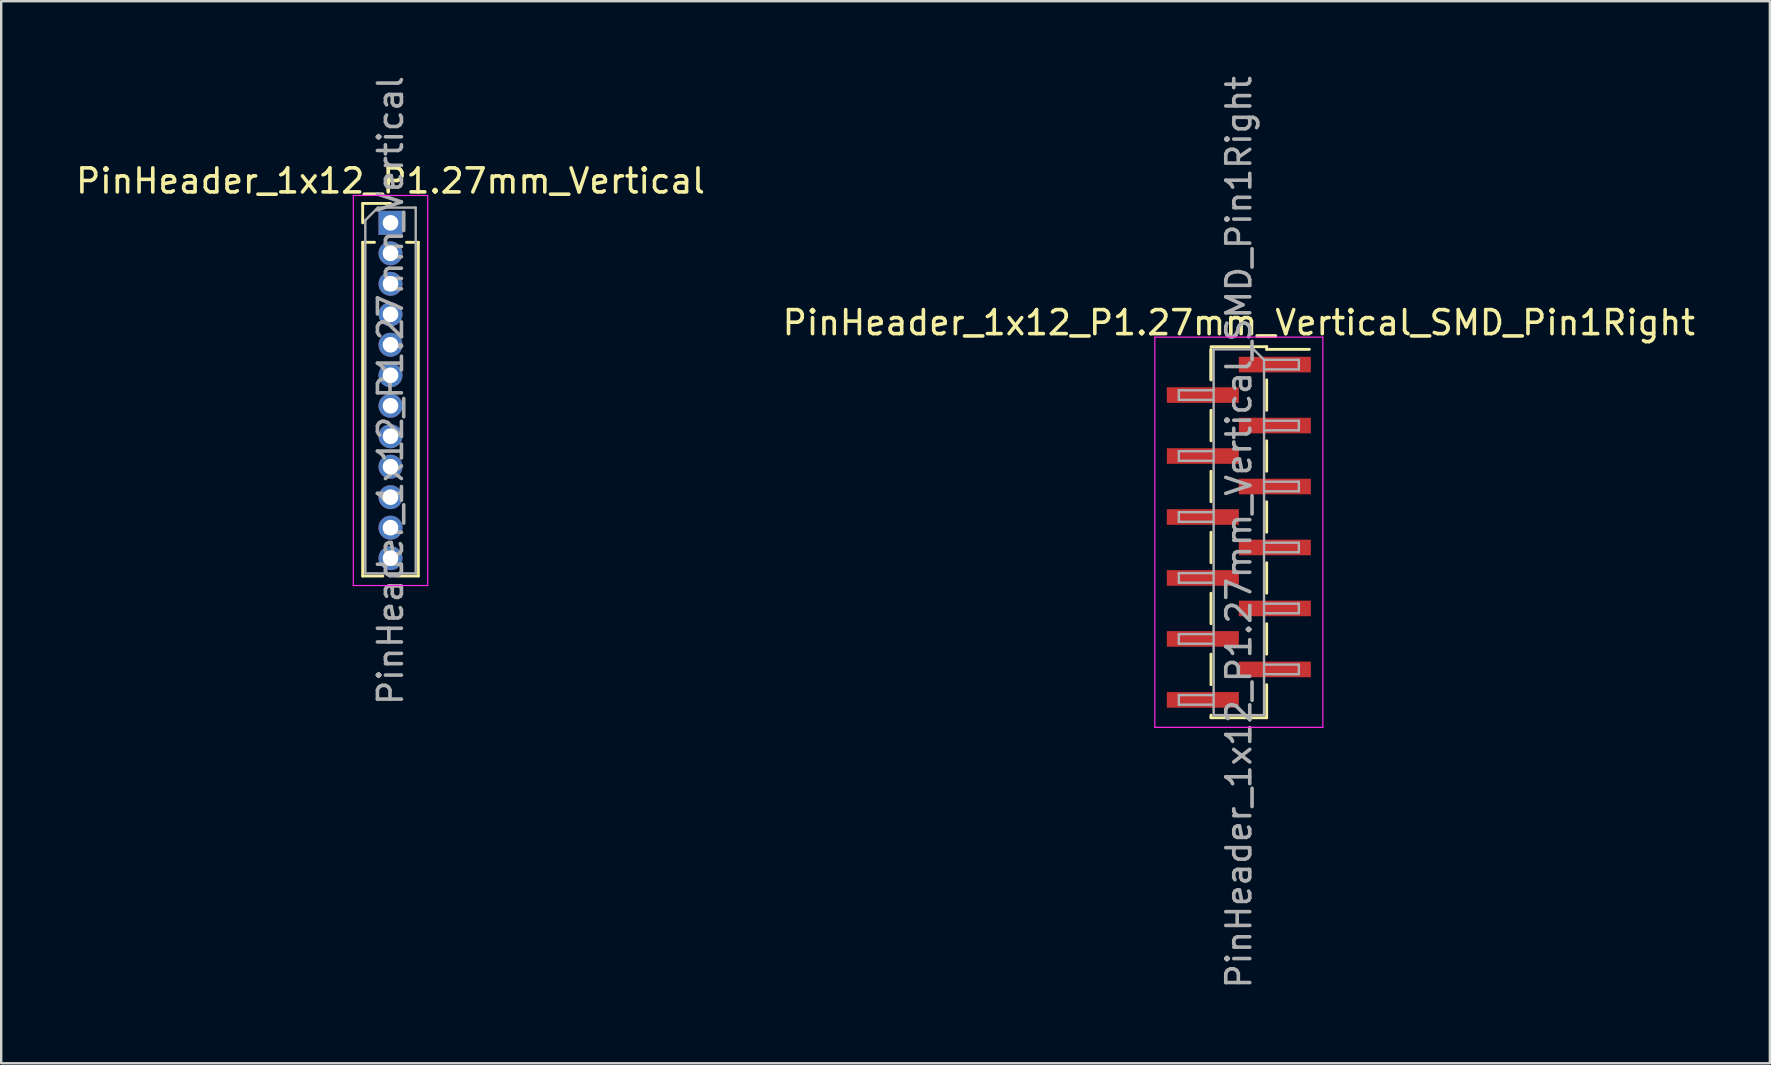
<source format=kicad_pcb>
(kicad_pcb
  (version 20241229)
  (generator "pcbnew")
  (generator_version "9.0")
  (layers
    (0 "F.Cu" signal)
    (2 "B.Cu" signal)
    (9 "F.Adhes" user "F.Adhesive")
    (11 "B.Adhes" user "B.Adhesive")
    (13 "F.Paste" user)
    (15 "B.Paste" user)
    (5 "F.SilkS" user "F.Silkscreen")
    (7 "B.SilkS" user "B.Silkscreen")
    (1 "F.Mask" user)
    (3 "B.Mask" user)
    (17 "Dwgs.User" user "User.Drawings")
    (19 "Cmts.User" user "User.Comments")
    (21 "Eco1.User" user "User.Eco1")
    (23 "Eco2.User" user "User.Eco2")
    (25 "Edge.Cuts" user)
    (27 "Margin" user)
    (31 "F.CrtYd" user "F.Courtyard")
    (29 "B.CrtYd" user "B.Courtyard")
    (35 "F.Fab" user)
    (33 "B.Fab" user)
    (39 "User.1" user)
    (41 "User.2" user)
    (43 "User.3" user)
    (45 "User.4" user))
  (footprint "PinHeader_1x12_P1.27mm_Vertical_SMD_Pin1Right"
    (layer "F.Cu")
    (at 48.565 19.125)
    (property "Reference" "PinHeader_1x12_P1.27mm_Vertical_SMD_Pin1Right" (at 0 -8.73 0) (layer "F.SilkS") (effects (font (size 1 1) (thickness 0.15))))
    (attr smd)
    (fp_line (start -1.16 -7.73) (end 1.16 -7.73) (stroke (width 0.12) (type solid)) (layer "F.SilkS"))
    (fp_line (start -1.16 -7.62) (end -1.16 -6.35) (stroke (width 0.12) (type solid)) (layer "F.SilkS"))
    (fp_line (start -1.16 -7.62) (end -1.16 -6.35) (stroke (width 0.12) (type solid)) (layer "F.SilkS"))
    (fp_line (start -1.16 -5.08) (end -1.16 -3.81) (stroke (width 0.12) (type solid)) (layer "F.SilkS"))
    (fp_line (start -1.16 -2.54) (end -1.16 -1.27) (stroke (width 0.12) (type solid)) (layer "F.SilkS"))
    (fp_line (start -1.16 0) (end -1.16 1.27) (stroke (width 0.12) (type solid)) (layer "F.SilkS"))
    (fp_line (start -1.16 2.54) (end -1.16 3.81) (stroke (width 0.12) (type solid)) (layer "F.SilkS"))
    (fp_line (start -1.16 5.08) (end -1.16 6.35) (stroke (width 0.12) (type solid)) (layer "F.SilkS"))
    (fp_line (start -1.16 7.62) (end -1.16 7.73) (stroke (width 0.12) (type solid)) (layer "F.SilkS"))
    (fp_line (start -1.16 7.73) (end 1.16 7.73) (stroke (width 0.12) (type solid)) (layer "F.SilkS"))
    (fp_line (start 1.16 -7.73) (end 1.16 -7.62) (stroke (width 0.12) (type solid)) (layer "F.SilkS"))
    (fp_line (start 1.16 -7.62) (end 2.94 -7.62) (stroke (width 0.12) (type solid)) (layer "F.SilkS"))
    (fp_line (start 1.16 -6.35) (end 1.16 -5.08) (stroke (width 0.12) (type solid)) (layer "F.SilkS"))
    (fp_line (start 1.16 -3.81) (end 1.16 -2.54) (stroke (width 0.12) (type solid)) (layer "F.SilkS"))
    (fp_line (start 1.16 -1.27) (end 1.16 0) (stroke (width 0.12) (type solid)) (layer "F.SilkS"))
    (fp_line (start 1.16 1.27) (end 1.16 2.54) (stroke (width 0.12) (type solid)) (layer "F.SilkS"))
    (fp_line (start 1.16 3.81) (end 1.16 5.08) (stroke (width 0.12) (type solid)) (layer "F.SilkS"))
    (fp_line (start 1.16 6.35) (end 1.16 7.73) (stroke (width 0.12) (type solid)) (layer "F.SilkS"))
    (fp_line (start -3.5 -8.13) (end -3.5 8.13) (stroke (width 0.05) (type solid)) (layer "F.CrtYd"))
    (fp_line (start -3.5 8.13) (end 3.5 8.13) (stroke (width 0.05) (type solid)) (layer "F.CrtYd"))
    (fp_line (start 3.5 -8.13) (end -3.5 -8.13) (stroke (width 0.05) (type solid)) (layer "F.CrtYd"))
    (fp_line (start 3.5 8.13) (end 3.5 -8.13) (stroke (width 0.05) (type solid)) (layer "F.CrtYd"))
    (fp_line (start -2.5 -5.915) (end -2.5 -5.515) (stroke (width 0.1) (type solid)) (layer "F.Fab"))
    (fp_line (start -2.5 -5.515) (end -1.05 -5.515) (stroke (width 0.1) (type solid)) (layer "F.Fab"))
    (fp_line (start -2.5 -3.375) (end -2.5 -2.975) (stroke (width 0.1) (type solid)) (layer "F.Fab"))
    (fp_line (start -2.5 -2.975) (end -1.05 -2.975) (stroke (width 0.1) (type solid)) (layer "F.Fab"))
    (fp_line (start -2.5 -0.835) (end -2.5 -0.435) (stroke (width 0.1) (type solid)) (layer "F.Fab"))
    (fp_line (start -2.5 -0.435) (end -1.05 -0.435) (stroke (width 0.1) (type solid)) (layer "F.Fab"))
    (fp_line (start -2.5 1.705) (end -2.5 2.105) (stroke (width 0.1) (type solid)) (layer "F.Fab"))
    (fp_line (start -2.5 2.105) (end -1.05 2.105) (stroke (width 0.1) (type solid)) (layer "F.Fab"))
    (fp_line (start -2.5 4.245) (end -2.5 4.645) (stroke (width 0.1) (type solid)) (layer "F.Fab"))
    (fp_line (start -2.5 4.645) (end -1.05 4.645) (stroke (width 0.1) (type solid)) (layer "F.Fab"))
    (fp_line (start -2.5 6.785) (end -2.5 7.185) (stroke (width 0.1) (type solid)) (layer "F.Fab"))
    (fp_line (start -2.5 7.185) (end -1.05 7.185) (stroke (width 0.1) (type solid)) (layer "F.Fab"))
    (fp_line (start -1.05 -7.62) (end -1.05 7.62) (stroke (width 0.1) (type solid)) (layer "F.Fab"))
    (fp_line (start -1.05 -7.62) (end 0.615 -7.62) (stroke (width 0.1) (type solid)) (layer "F.Fab"))
    (fp_line (start -1.05 -5.915) (end -2.5 -5.915) (stroke (width 0.1) (type solid)) (layer "F.Fab"))
    (fp_line (start -1.05 -3.375) (end -2.5 -3.375) (stroke (width 0.1) (type solid)) (layer "F.Fab"))
    (fp_line (start -1.05 -0.835) (end -2.5 -0.835) (stroke (width 0.1) (type solid)) (layer "F.Fab"))
    (fp_line (start -1.05 1.705) (end -2.5 1.705) (stroke (width 0.1) (type solid)) (layer "F.Fab"))
    (fp_line (start -1.05 4.245) (end -2.5 4.245) (stroke (width 0.1) (type solid)) (layer "F.Fab"))
    (fp_line (start -1.05 6.785) (end -2.5 6.785) (stroke (width 0.1) (type solid)) (layer "F.Fab"))
    (fp_line (start 1.05 -7.185) (end 0.615 -7.62) (stroke (width 0.1) (type solid)) (layer "F.Fab"))
    (fp_line (start 1.05 -7.185) (end 2.5 -7.185) (stroke (width 0.1) (type solid)) (layer "F.Fab"))
    (fp_line (start 1.05 -4.645) (end 2.5 -4.645) (stroke (width 0.1) (type solid)) (layer "F.Fab"))
    (fp_line (start 1.05 -2.105) (end 2.5 -2.105) (stroke (width 0.1) (type solid)) (layer "F.Fab"))
    (fp_line (start 1.05 0.435) (end 2.5 0.435) (stroke (width 0.1) (type solid)) (layer "F.Fab"))
    (fp_line (start 1.05 2.975) (end 2.5 2.975) (stroke (width 0.1) (type solid)) (layer "F.Fab"))
    (fp_line (start 1.05 5.515) (end 2.5 5.515) (stroke (width 0.1) (type solid)) (layer "F.Fab"))
    (fp_line (start 1.05 7.62) (end -1.05 7.62) (stroke (width 0.1) (type solid)) (layer "F.Fab"))
    (fp_line (start 1.05 7.62) (end 1.05 -7.185) (stroke (width 0.1) (type solid)) (layer "F.Fab"))
    (fp_line (start 2.5 -7.185) (end 2.5 -6.785) (stroke (width 0.1) (type solid)) (layer "F.Fab"))
    (fp_line (start 2.5 -6.785) (end 1.05 -6.785) (stroke (width 0.1) (type solid)) (layer "F.Fab"))
    (fp_line (start 2.5 -4.645) (end 2.5 -4.245) (stroke (width 0.1) (type solid)) (layer "F.Fab"))
    (fp_line (start 2.5 -4.245) (end 1.05 -4.245) (stroke (width 0.1) (type solid)) (layer "F.Fab"))
    (fp_line (start 2.5 -2.105) (end 2.5 -1.705) (stroke (width 0.1) (type solid)) (layer "F.Fab"))
    (fp_line (start 2.5 -1.705) (end 1.05 -1.705) (stroke (width 0.1) (type solid)) (layer "F.Fab"))
    (fp_line (start 2.5 0.435) (end 2.5 0.835) (stroke (width 0.1) (type solid)) (layer "F.Fab"))
    (fp_line (start 2.5 0.835) (end 1.05 0.835) (stroke (width 0.1) (type solid)) (layer "F.Fab"))
    (fp_line (start 2.5 2.975) (end 2.5 3.375) (stroke (width 0.1) (type solid)) (layer "F.Fab"))
    (fp_line (start 2.5 3.375) (end 1.05 3.375) (stroke (width 0.1) (type solid)) (layer "F.Fab"))
    (fp_line (start 2.5 5.515) (end 2.5 5.915) (stroke (width 0.1) (type solid)) (layer "F.Fab"))
    (fp_line (start 2.5 5.915) (end 1.05 5.915) (stroke (width 0.1) (type solid)) (layer "F.Fab"))
    (fp_text user "${REFERENCE}" (at 0 0 90) (layer "F.Fab") (effects (font (size 1 1) (thickness 0.15))))
    (pad "1" smd rect (at 1.5 -6.985) (size 3 0.65) (layers "F.Cu" "F.Mask" "F.Paste"))
    (pad "2" smd rect (at -1.5 -5.715) (size 3 0.65) (layers "F.Cu" "F.Mask" "F.Paste"))
    (pad "3" smd rect (at 1.5 -4.445) (size 3 0.65) (layers "F.Cu" "F.Mask" "F.Paste"))
    (pad "4" smd rect (at -1.5 -3.175) (size 3 0.65) (layers "F.Cu" "F.Mask" "F.Paste"))
    (pad "5" smd rect (at 1.5 -1.905) (size 3 0.65) (layers "F.Cu" "F.Mask" "F.Paste"))
    (pad "6" smd rect (at -1.5 -0.635) (size 3 0.65) (layers "F.Cu" "F.Mask" "F.Paste"))
    (pad "7" smd rect (at 1.5 0.635) (size 3 0.65) (layers "F.Cu" "F.Mask" "F.Paste"))
    (pad "8" smd rect (at -1.5 1.905) (size 3 0.65) (layers "F.Cu" "F.Mask" "F.Paste"))
    (pad "9" smd rect (at 1.5 3.175) (size 3 0.65) (layers "F.Cu" "F.Mask" "F.Paste"))
    (pad "10" smd rect (at -1.5 4.445) (size 3 0.65) (layers "F.Cu" "F.Mask" "F.Paste"))
    (pad "11" smd rect (at 1.5 5.715) (size 3 0.65) (layers "F.Cu" "F.Mask" "F.Paste"))
    (pad "12" smd rect (at -1.5 6.985) (size 3 0.65) (layers "F.Cu" "F.Mask" "F.Paste")))
  (footprint "PinHeader_1x12_P1.27mm_Vertical"
    (layer "F.Cu")
    (at 13.22 6.235)
    (property "Reference" "PinHeader_1x12_P1.27mm_Vertical" (at 0 -1.745 0) (layer "F.SilkS") (effects (font (size 1 1) (thickness 0.15))))
    (attr through_hole)
    (fp_line (start -1.16 -0.81) (end 0 -0.81) (stroke (width 0.12) (type solid)) (layer "F.SilkS"))
    (fp_line (start -1.16 0) (end -1.16 -0.81) (stroke (width 0.12) (type solid)) (layer "F.SilkS"))
    (fp_line (start -1.16 0.81) (end -1.16 14.715) (stroke (width 0.12) (type solid)) (layer "F.SilkS"))
    (fp_line (start -1.16 0.81) (end -0.667 0.81) (stroke (width 0.12) (type solid)) (layer "F.SilkS"))
    (fp_line (start -1.16 14.715) (end -0.318 14.715) (stroke (width 0.12) (type solid)) (layer "F.SilkS"))
    (fp_line (start 0.318 14.715) (end 1.16 14.715) (stroke (width 0.12) (type solid)) (layer "F.SilkS"))
    (fp_line (start 0.667 0.81) (end 1.16 0.81) (stroke (width 0.12) (type solid)) (layer "F.SilkS"))
    (fp_line (start 1.16 0.81) (end 1.16 14.715) (stroke (width 0.12) (type solid)) (layer "F.SilkS"))
    (fp_line (start -1.55 -1.14) (end -1.55 15.11) (stroke (width 0.05) (type solid)) (layer "F.CrtYd"))
    (fp_line (start -1.55 15.11) (end 1.55 15.11) (stroke (width 0.05) (type solid)) (layer "F.CrtYd"))
    (fp_line (start 1.55 -1.14) (end -1.55 -1.14) (stroke (width 0.05) (type solid)) (layer "F.CrtYd"))
    (fp_line (start 1.55 15.11) (end 1.55 -1.14) (stroke (width 0.05) (type solid)) (layer "F.CrtYd"))
    (fp_line (start -1.05 -0.11) (end -0.525 -0.635) (stroke (width 0.1) (type solid)) (layer "F.Fab"))
    (fp_line (start -1.05 14.605) (end -1.05 -0.11) (stroke (width 0.1) (type solid)) (layer "F.Fab"))
    (fp_line (start -0.525 -0.635) (end 1.05 -0.635) (stroke (width 0.1) (type solid)) (layer "F.Fab"))
    (fp_line (start 1.05 -0.635) (end 1.05 14.605) (stroke (width 0.1) (type solid)) (layer "F.Fab"))
    (fp_line (start 1.05 14.605) (end -1.05 14.605) (stroke (width 0.1) (type solid)) (layer "F.Fab"))
    (fp_text user "${REFERENCE}" (at 0 6.985 90) (layer "F.Fab") (effects (font (size 1 1) (thickness 0.15))))
    (pad "1" thru_hole rect (at 0 0) (size 1 1) (drill 0.65) (layers "*.Cu" "*.Mask"))
    (pad "2" thru_hole circle (at 0 1.27) (size 1 1) (drill 0.65) (layers "*.Cu" "*.Mask"))
    (pad "3" thru_hole circle (at 0 2.54) (size 1 1) (drill 0.65) (layers "*.Cu" "*.Mask"))
    (pad "4" thru_hole circle (at 0 3.81) (size 1 1) (drill 0.65) (layers "*.Cu" "*.Mask"))
    (pad "5" thru_hole circle (at 0 5.08) (size 1 1) (drill 0.65) (layers "*.Cu" "*.Mask"))
    (pad "6" thru_hole circle (at 0 6.35) (size 1 1) (drill 0.65) (layers "*.Cu" "*.Mask"))
    (pad "7" thru_hole circle (at 0 7.62) (size 1 1) (drill 0.65) (layers "*.Cu" "*.Mask"))
    (pad "8" thru_hole circle (at 0 8.89) (size 1 1) (drill 0.65) (layers "*.Cu" "*.Mask"))
    (pad "9" thru_hole circle (at 0 10.16) (size 1 1) (drill 0.65) (layers "*.Cu" "*.Mask"))
    (pad "10" thru_hole circle (at 0 11.43) (size 1 1) (drill 0.65) (layers "*.Cu" "*.Mask"))
    (pad "11" thru_hole circle (at 0 12.7) (size 1 1) (drill 0.65) (layers "*.Cu" "*.Mask"))
    (pad "12" thru_hole circle (at 0 13.97) (size 1 1) (drill 0.65) (layers "*.Cu" "*.Mask")))
  (gr_rect
    (start -3 -3)
    (end 70.69 41.25)
    (stroke (width 0.1) (type default))
    (fill no)
    (layer "Edge.Cuts")))
</source>
